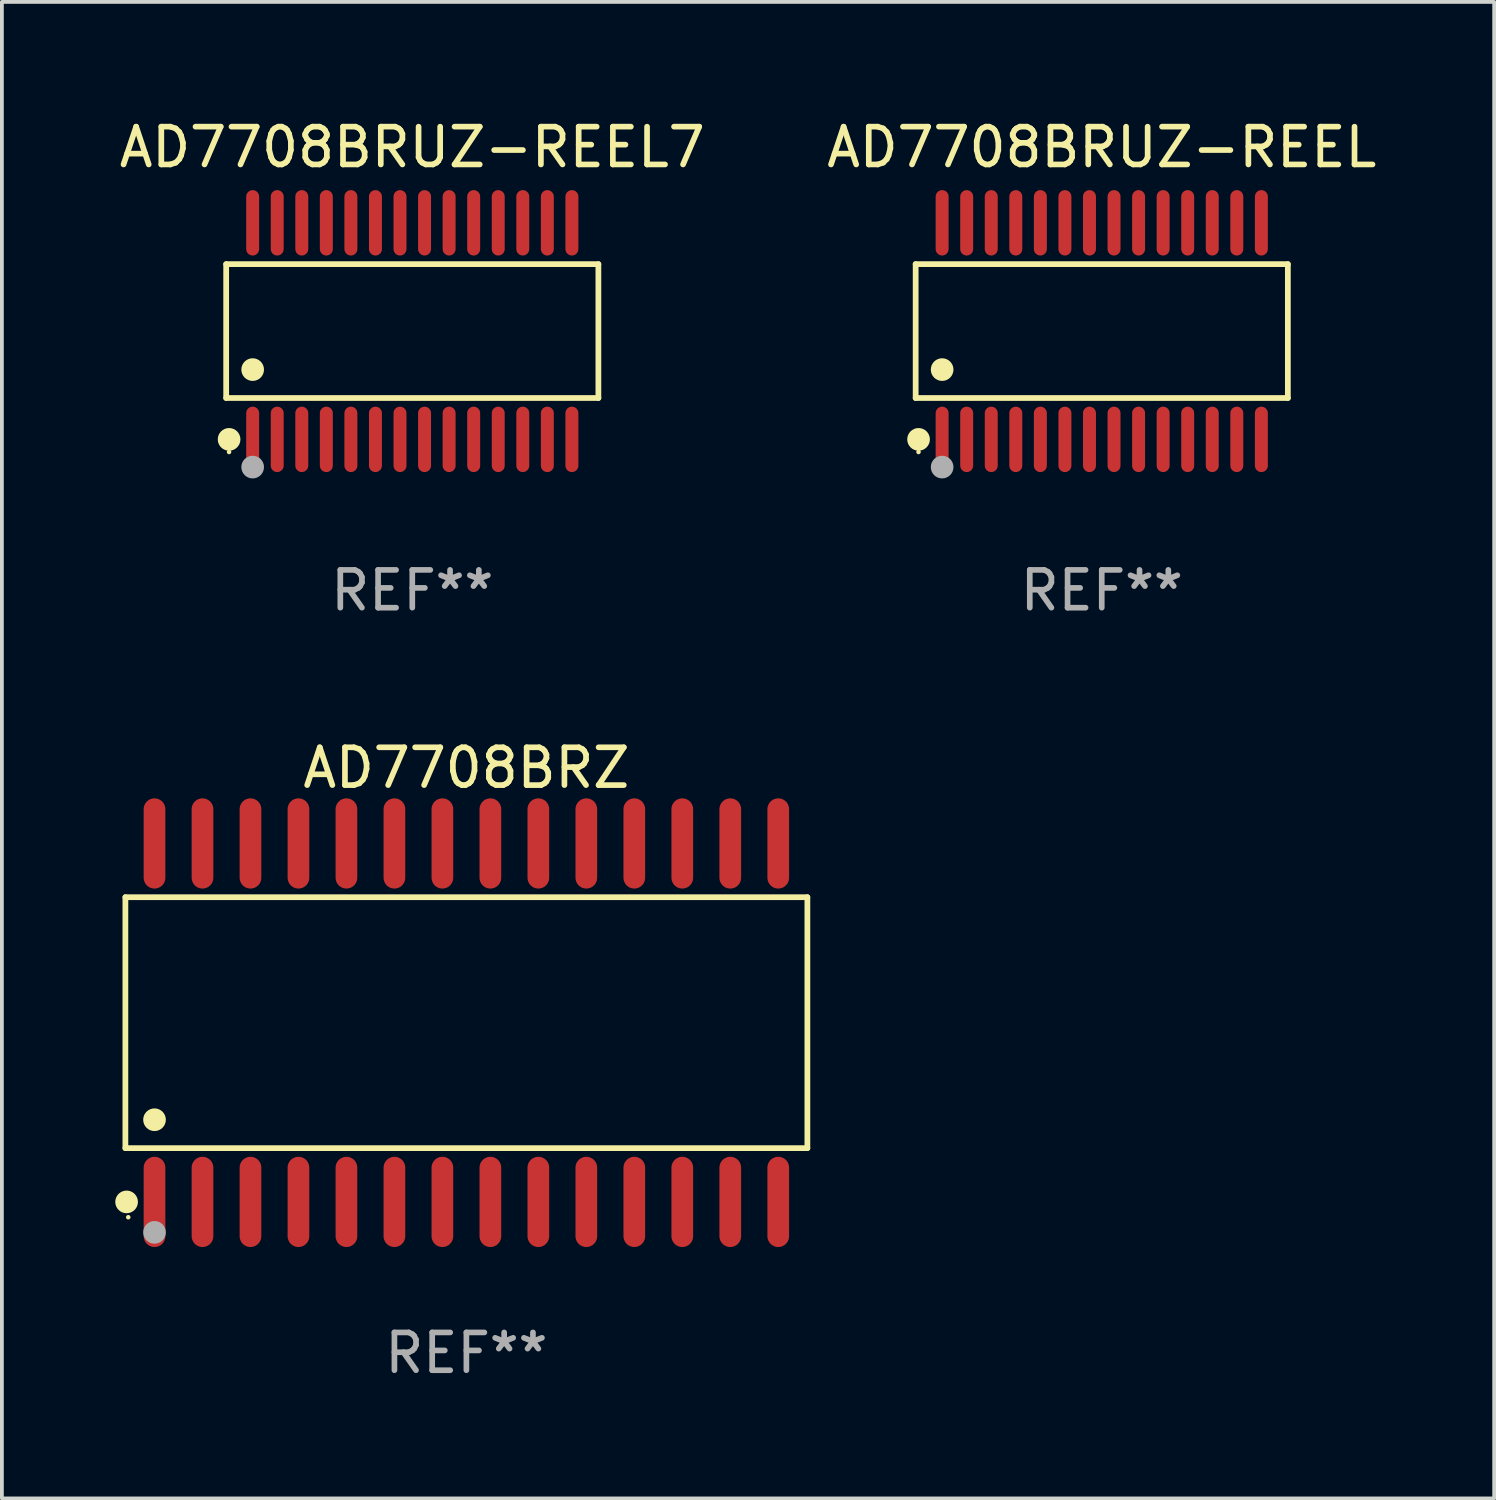
<source format=kicad_pcb>
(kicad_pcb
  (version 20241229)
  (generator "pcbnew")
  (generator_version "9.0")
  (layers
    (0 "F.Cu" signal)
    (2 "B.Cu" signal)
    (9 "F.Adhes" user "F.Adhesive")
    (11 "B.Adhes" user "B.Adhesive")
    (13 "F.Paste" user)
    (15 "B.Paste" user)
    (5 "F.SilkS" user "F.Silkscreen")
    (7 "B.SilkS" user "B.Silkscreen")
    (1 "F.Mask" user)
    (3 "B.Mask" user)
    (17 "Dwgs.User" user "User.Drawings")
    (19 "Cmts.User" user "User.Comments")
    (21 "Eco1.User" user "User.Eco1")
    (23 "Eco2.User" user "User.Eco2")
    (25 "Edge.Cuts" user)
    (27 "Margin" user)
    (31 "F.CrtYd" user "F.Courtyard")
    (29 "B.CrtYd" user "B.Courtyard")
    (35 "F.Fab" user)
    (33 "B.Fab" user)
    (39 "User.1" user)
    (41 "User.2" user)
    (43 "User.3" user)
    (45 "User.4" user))
  (footprint "AD7708BRZ"
    (layer "F.Cu")
    (at 9.295 24.02)
    (property "Reference" "AD7708BRZ" (at 0 -6.744 0) (layer "F.SilkS") (effects (font (size 1 1) (thickness 0.15))))
    (attr through_hole)
    (fp_line (start -9.026 -3.321) (end 9.026 -3.321) (stroke (width 0.152) (type solid)) (layer "F.SilkS"))
    (fp_line (start -9.026 3.321) (end -9.026 -3.321) (stroke (width 0.152) (type solid)) (layer "F.SilkS"))
    (fp_line (start 9.026 -3.321) (end 9.026 3.321) (stroke (width 0.152) (type solid)) (layer "F.SilkS"))
    (fp_line (start 9.026 3.321) (end -9.026 3.321) (stroke (width 0.152) (type solid)) (layer "F.SilkS"))
    (fp_circle (center -8.994 4.744) (end -8.844 4.744) (stroke (width 0.3) (type solid)) (fill no) (layer "F.SilkS"))
    (fp_circle (center -8.95 5.15) (end -8.92 5.15) (stroke (width 0.06) (type solid)) (fill no) (layer "F.SilkS"))
    (fp_circle (center -8.255 2.569) (end -8.105 2.569) (stroke (width 0.3) (type solid)) (fill no) (layer "F.SilkS"))
    (fp_circle (center -8.255 5.55) (end -8.105 5.55) (stroke (width 0.3) (type solid)) (fill no) (layer "F.Fab"))
    (fp_text user "REF**" (at 0 8.744 0) (layer "F.Fab") (effects (font (size 1 1) (thickness 0.15))))
    (pad "1" smd oval (at -8.255 4.744) (size 0.574 2.388) (layers "F.Cu" "F.Mask" "F.Paste"))
    (pad "2" smd oval (at -6.985 4.744) (size 0.574 2.388) (layers "F.Cu" "F.Mask" "F.Paste"))
    (pad "3" smd oval (at -5.715 4.744) (size 0.574 2.388) (layers "F.Cu" "F.Mask" "F.Paste"))
    (pad "4" smd oval (at -4.445 4.744) (size 0.574 2.388) (layers "F.Cu" "F.Mask" "F.Paste"))
    (pad "5" smd oval (at -3.175 4.744) (size 0.574 2.388) (layers "F.Cu" "F.Mask" "F.Paste"))
    (pad "6" smd oval (at -1.905 4.744) (size 0.574 2.388) (layers "F.Cu" "F.Mask" "F.Paste"))
    (pad "7" smd oval (at -0.635 4.744) (size 0.574 2.388) (layers "F.Cu" "F.Mask" "F.Paste"))
    (pad "8" smd oval (at 0.635 4.744) (size 0.574 2.388) (layers "F.Cu" "F.Mask" "F.Paste"))
    (pad "9" smd oval (at 1.905 4.744) (size 0.574 2.388) (layers "F.Cu" "F.Mask" "F.Paste"))
    (pad "10" smd oval (at 3.175 4.744) (size 0.574 2.388) (layers "F.Cu" "F.Mask" "F.Paste"))
    (pad "11" smd oval (at 4.445 4.744) (size 0.574 2.388) (layers "F.Cu" "F.Mask" "F.Paste"))
    (pad "12" smd oval (at 5.715 4.744) (size 0.574 2.388) (layers "F.Cu" "F.Mask" "F.Paste"))
    (pad "13" smd oval (at 6.985 4.744) (size 0.574 2.388) (layers "F.Cu" "F.Mask" "F.Paste"))
    (pad "14" smd oval (at 8.255 4.744) (size 0.574 2.388) (layers "F.Cu" "F.Mask" "F.Paste"))
    (pad "15" smd oval (at 8.255 -4.744) (size 0.574 2.388) (layers "F.Cu" "F.Mask" "F.Paste"))
    (pad "16" smd oval (at 6.985 -4.744) (size 0.574 2.388) (layers "F.Cu" "F.Mask" "F.Paste"))
    (pad "17" smd oval (at 5.715 -4.744) (size 0.574 2.388) (layers "F.Cu" "F.Mask" "F.Paste"))
    (pad "18" smd oval (at 4.445 -4.744) (size 0.574 2.388) (layers "F.Cu" "F.Mask" "F.Paste"))
    (pad "19" smd oval (at 3.175 -4.744) (size 0.574 2.388) (layers "F.Cu" "F.Mask" "F.Paste"))
    (pad "20" smd oval (at 1.905 -4.744) (size 0.574 2.388) (layers "F.Cu" "F.Mask" "F.Paste"))
    (pad "21" smd oval (at 0.635 -4.744) (size 0.574 2.388) (layers "F.Cu" "F.Mask" "F.Paste"))
    (pad "22" smd oval (at -0.635 -4.744) (size 0.574 2.388) (layers "F.Cu" "F.Mask" "F.Paste"))
    (pad "23" smd oval (at -1.905 -4.744) (size 0.574 2.388) (layers "F.Cu" "F.Mask" "F.Paste"))
    (pad "24" smd oval (at -3.175 -4.744) (size 0.574 2.388) (layers "F.Cu" "F.Mask" "F.Paste"))
    (pad "25" smd oval (at -4.445 -4.744) (size 0.574 2.388) (layers "F.Cu" "F.Mask" "F.Paste"))
    (pad "26" smd oval (at -5.715 -4.744) (size 0.574 2.388) (layers "F.Cu" "F.Mask" "F.Paste"))
    (pad "27" smd oval (at -6.985 -4.744) (size 0.574 2.388) (layers "F.Cu" "F.Mask" "F.Paste"))
    (pad "28" smd oval (at -8.255 -4.744) (size 0.574 2.388) (layers "F.Cu" "F.Mask" "F.Paste")))
  (footprint "AD7708BRUZ-REEL7"
    (layer "F.Cu")
    (at 7.863 5.714)
    (property "Reference" "AD7708BRUZ-REEL7" (at 0 -4.866 0) (layer "F.SilkS") (effects (font (size 1 1) (thickness 0.15))))
    (attr through_hole)
    (fp_line (start -4.926 -1.772) (end 4.926 -1.772) (stroke (width 0.152) (type solid)) (layer "F.SilkS"))
    (fp_line (start -4.926 1.771) (end -4.926 -1.772) (stroke (width 0.152) (type solid)) (layer "F.SilkS"))
    (fp_line (start 4.926 -1.772) (end 4.926 1.771) (stroke (width 0.152) (type solid)) (layer "F.SilkS"))
    (fp_line (start 4.926 1.771) (end -4.926 1.771) (stroke (width 0.152) (type solid)) (layer "F.SilkS"))
    (fp_circle (center -4.85 3.2) (end -4.82 3.2) (stroke (width 0.06) (type solid)) (fill no) (layer "F.SilkS"))
    (fp_circle (center -4.849 2.866) (end -4.699 2.866) (stroke (width 0.3) (type solid)) (fill no) (layer "F.SilkS"))
    (fp_circle (center -4.225 1.019) (end -4.075 1.019) (stroke (width 0.3) (type solid)) (fill no) (layer "F.SilkS"))
    (fp_circle (center -4.225 3.6) (end -4.075 3.6) (stroke (width 0.3) (type solid)) (fill no) (layer "F.Fab"))
    (fp_text user "REF**" (at 0 6.866 0) (layer "F.Fab") (effects (font (size 1 1) (thickness 0.15))))
    (pad "1" smd oval (at -4.225 2.866) (size 0.343 1.731) (layers "F.Cu" "F.Mask" "F.Paste"))
    (pad "2" smd oval (at -3.575 2.866) (size 0.343 1.731) (layers "F.Cu" "F.Mask" "F.Paste"))
    (pad "3" smd oval (at -2.925 2.866) (size 0.343 1.731) (layers "F.Cu" "F.Mask" "F.Paste"))
    (pad "4" smd oval (at -2.275 2.866) (size 0.343 1.731) (layers "F.Cu" "F.Mask" "F.Paste"))
    (pad "5" smd oval (at -1.625 2.866) (size 0.343 1.731) (layers "F.Cu" "F.Mask" "F.Paste"))
    (pad "6" smd oval (at -0.975 2.866) (size 0.343 1.731) (layers "F.Cu" "F.Mask" "F.Paste"))
    (pad "7" smd oval (at -0.325 2.866) (size 0.343 1.731) (layers "F.Cu" "F.Mask" "F.Paste"))
    (pad "8" smd oval (at 0.325 2.866) (size 0.343 1.731) (layers "F.Cu" "F.Mask" "F.Paste"))
    (pad "9" smd oval (at 0.975 2.866) (size 0.343 1.731) (layers "F.Cu" "F.Mask" "F.Paste"))
    (pad "10" smd oval (at 1.625 2.866) (size 0.343 1.731) (layers "F.Cu" "F.Mask" "F.Paste"))
    (pad "11" smd oval (at 2.275 2.866) (size 0.343 1.731) (layers "F.Cu" "F.Mask" "F.Paste"))
    (pad "12" smd oval (at 2.925 2.866) (size 0.343 1.731) (layers "F.Cu" "F.Mask" "F.Paste"))
    (pad "13" smd oval (at 3.575 2.866) (size 0.343 1.731) (layers "F.Cu" "F.Mask" "F.Paste"))
    (pad "14" smd oval (at 4.225 2.866) (size 0.343 1.731) (layers "F.Cu" "F.Mask" "F.Paste"))
    (pad "15" smd oval (at 4.225 -2.866) (size 0.343 1.731) (layers "F.Cu" "F.Mask" "F.Paste"))
    (pad "16" smd oval (at 3.575 -2.866) (size 0.343 1.731) (layers "F.Cu" "F.Mask" "F.Paste"))
    (pad "17" smd oval (at 2.925 -2.866) (size 0.343 1.731) (layers "F.Cu" "F.Mask" "F.Paste"))
    (pad "18" smd oval (at 2.275 -2.866) (size 0.343 1.731) (layers "F.Cu" "F.Mask" "F.Paste"))
    (pad "19" smd oval (at 1.625 -2.866) (size 0.343 1.731) (layers "F.Cu" "F.Mask" "F.Paste"))
    (pad "20" smd oval (at 0.975 -2.866) (size 0.343 1.731) (layers "F.Cu" "F.Mask" "F.Paste"))
    (pad "21" smd oval (at 0.325 -2.866) (size 0.343 1.731) (layers "F.Cu" "F.Mask" "F.Paste"))
    (pad "22" smd oval (at -0.325 -2.866) (size 0.343 1.731) (layers "F.Cu" "F.Mask" "F.Paste"))
    (pad "23" smd oval (at -0.975 -2.866) (size 0.343 1.731) (layers "F.Cu" "F.Mask" "F.Paste"))
    (pad "24" smd oval (at -1.625 -2.866) (size 0.343 1.731) (layers "F.Cu" "F.Mask" "F.Paste"))
    (pad "25" smd oval (at -2.275 -2.866) (size 0.343 1.731) (layers "F.Cu" "F.Mask" "F.Paste"))
    (pad "26" smd oval (at -2.925 -2.866) (size 0.343 1.731) (layers "F.Cu" "F.Mask" "F.Paste"))
    (pad "27" smd oval (at -3.575 -2.866) (size 0.343 1.731) (layers "F.Cu" "F.Mask" "F.Paste"))
    (pad "28" smd oval (at -4.225 -2.866) (size 0.343 1.731) (layers "F.Cu" "F.Mask" "F.Paste")))
  (footprint "AD7708BRUZ-REEL"
    (layer "F.Cu")
    (at 26.113 5.714)
    (property "Reference" "AD7708BRUZ-REEL" (at 0 -4.866 0) (layer "F.SilkS") (effects (font (size 1 1) (thickness 0.15))))
    (attr through_hole)
    (fp_line (start -4.926 -1.772) (end 4.926 -1.772) (stroke (width 0.152) (type solid)) (layer "F.SilkS"))
    (fp_line (start -4.926 1.771) (end -4.926 -1.772) (stroke (width 0.152) (type solid)) (layer "F.SilkS"))
    (fp_line (start 4.926 -1.772) (end 4.926 1.771) (stroke (width 0.152) (type solid)) (layer "F.SilkS"))
    (fp_line (start 4.926 1.771) (end -4.926 1.771) (stroke (width 0.152) (type solid)) (layer "F.SilkS"))
    (fp_circle (center -4.85 3.2) (end -4.82 3.2) (stroke (width 0.06) (type solid)) (fill no) (layer "F.SilkS"))
    (fp_circle (center -4.849 2.866) (end -4.699 2.866) (stroke (width 0.3) (type solid)) (fill no) (layer "F.SilkS"))
    (fp_circle (center -4.225 1.019) (end -4.075 1.019) (stroke (width 0.3) (type solid)) (fill no) (layer "F.SilkS"))
    (fp_circle (center -4.225 3.6) (end -4.075 3.6) (stroke (width 0.3) (type solid)) (fill no) (layer "F.Fab"))
    (fp_text user "REF**" (at 0 6.866 0) (layer "F.Fab") (effects (font (size 1 1) (thickness 0.15))))
    (pad "1" smd oval (at -4.225 2.866) (size 0.343 1.731) (layers "F.Cu" "F.Mask" "F.Paste"))
    (pad "2" smd oval (at -3.575 2.866) (size 0.343 1.731) (layers "F.Cu" "F.Mask" "F.Paste"))
    (pad "3" smd oval (at -2.925 2.866) (size 0.343 1.731) (layers "F.Cu" "F.Mask" "F.Paste"))
    (pad "4" smd oval (at -2.275 2.866) (size 0.343 1.731) (layers "F.Cu" "F.Mask" "F.Paste"))
    (pad "5" smd oval (at -1.625 2.866) (size 0.343 1.731) (layers "F.Cu" "F.Mask" "F.Paste"))
    (pad "6" smd oval (at -0.975 2.866) (size 0.343 1.731) (layers "F.Cu" "F.Mask" "F.Paste"))
    (pad "7" smd oval (at -0.325 2.866) (size 0.343 1.731) (layers "F.Cu" "F.Mask" "F.Paste"))
    (pad "8" smd oval (at 0.325 2.866) (size 0.343 1.731) (layers "F.Cu" "F.Mask" "F.Paste"))
    (pad "9" smd oval (at 0.975 2.866) (size 0.343 1.731) (layers "F.Cu" "F.Mask" "F.Paste"))
    (pad "10" smd oval (at 1.625 2.866) (size 0.343 1.731) (layers "F.Cu" "F.Mask" "F.Paste"))
    (pad "11" smd oval (at 2.275 2.866) (size 0.343 1.731) (layers "F.Cu" "F.Mask" "F.Paste"))
    (pad "12" smd oval (at 2.925 2.866) (size 0.343 1.731) (layers "F.Cu" "F.Mask" "F.Paste"))
    (pad "13" smd oval (at 3.575 2.866) (size 0.343 1.731) (layers "F.Cu" "F.Mask" "F.Paste"))
    (pad "14" smd oval (at 4.225 2.866) (size 0.343 1.731) (layers "F.Cu" "F.Mask" "F.Paste"))
    (pad "15" smd oval (at 4.225 -2.866) (size 0.343 1.731) (layers "F.Cu" "F.Mask" "F.Paste"))
    (pad "16" smd oval (at 3.575 -2.866) (size 0.343 1.731) (layers "F.Cu" "F.Mask" "F.Paste"))
    (pad "17" smd oval (at 2.925 -2.866) (size 0.343 1.731) (layers "F.Cu" "F.Mask" "F.Paste"))
    (pad "18" smd oval (at 2.275 -2.866) (size 0.343 1.731) (layers "F.Cu" "F.Mask" "F.Paste"))
    (pad "19" smd oval (at 1.625 -2.866) (size 0.343 1.731) (layers "F.Cu" "F.Mask" "F.Paste"))
    (pad "20" smd oval (at 0.975 -2.866) (size 0.343 1.731) (layers "F.Cu" "F.Mask" "F.Paste"))
    (pad "21" smd oval (at 0.325 -2.866) (size 0.343 1.731) (layers "F.Cu" "F.Mask" "F.Paste"))
    (pad "22" smd oval (at -0.325 -2.866) (size 0.343 1.731) (layers "F.Cu" "F.Mask" "F.Paste"))
    (pad "23" smd oval (at -0.975 -2.866) (size 0.343 1.731) (layers "F.Cu" "F.Mask" "F.Paste"))
    (pad "24" smd oval (at -1.625 -2.866) (size 0.343 1.731) (layers "F.Cu" "F.Mask" "F.Paste"))
    (pad "25" smd oval (at -2.275 -2.866) (size 0.343 1.731) (layers "F.Cu" "F.Mask" "F.Paste"))
    (pad "26" smd oval (at -2.925 -2.866) (size 0.343 1.731) (layers "F.Cu" "F.Mask" "F.Paste"))
    (pad "27" smd oval (at -3.575 -2.866) (size 0.343 1.731) (layers "F.Cu" "F.Mask" "F.Paste"))
    (pad "28" smd oval (at -4.225 -2.866) (size 0.343 1.731) (layers "F.Cu" "F.Mask" "F.Paste")))
  (gr_rect
    (start -3 -3)
    (end 36.5 36.612)
    (stroke (width 0.1) (type default))
    (fill no)
    (layer "Edge.Cuts")))
</source>
